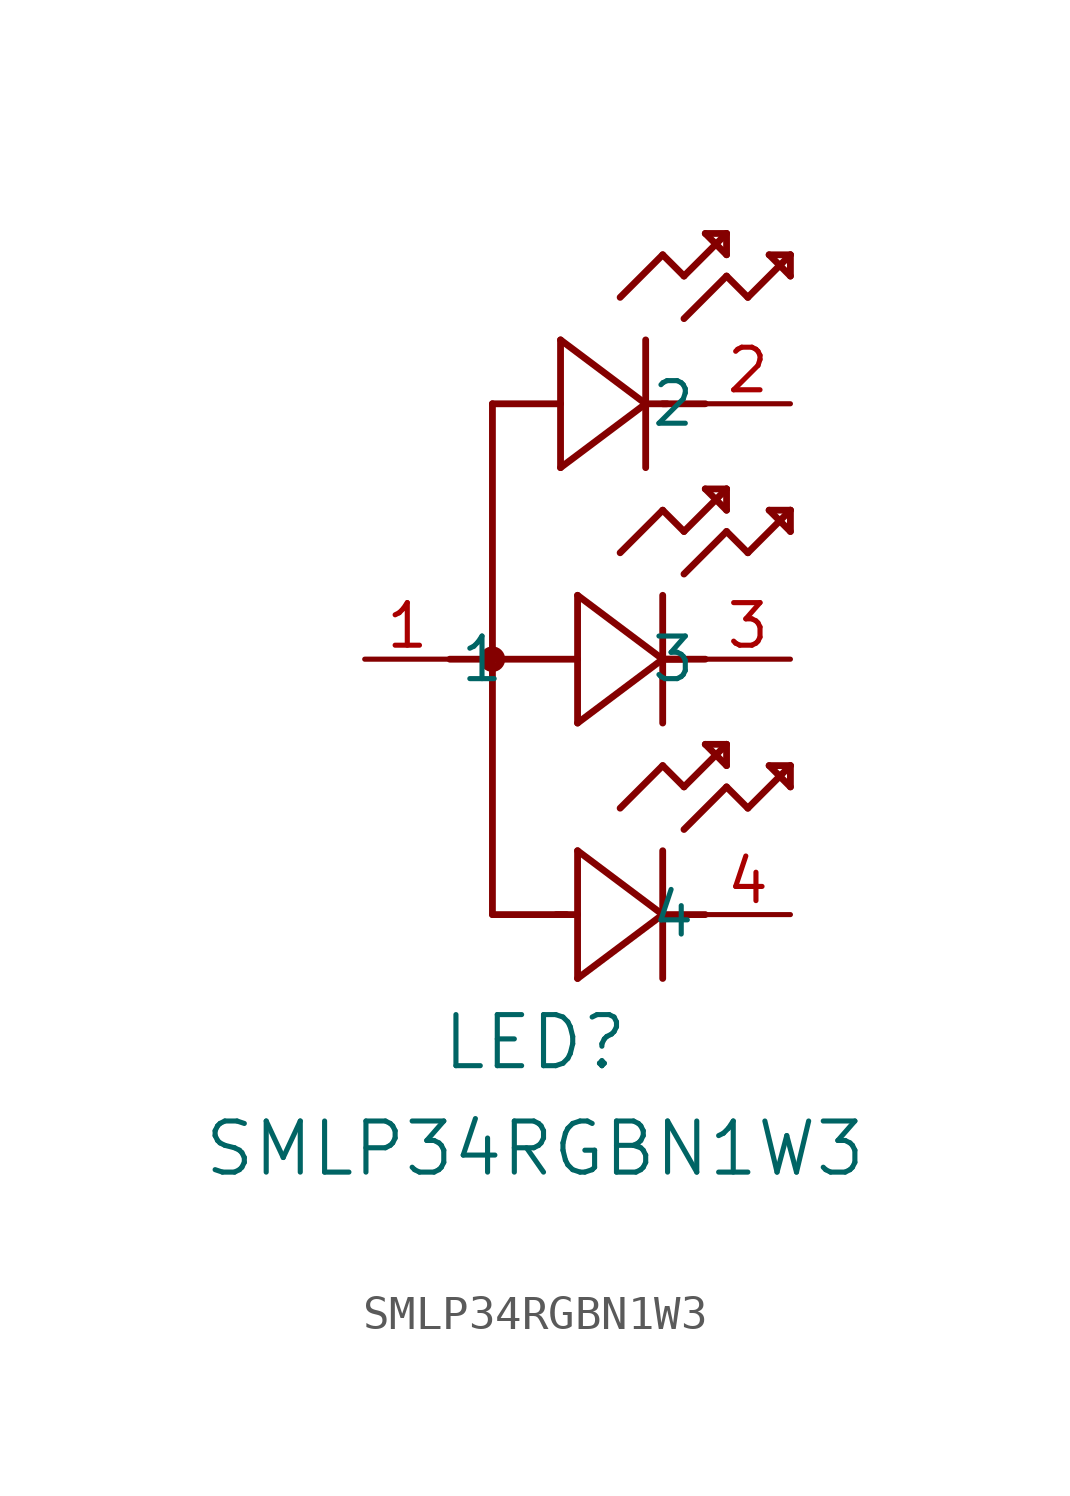
<source format=kicad_sym>
(kicad_symbol_lib
  (version 20211014)
  (generator kicad_symbol_editor)
  (symbol "SMLP34RGBN1W3"
    (pin_names
      (offset 0.254))
    (property "Reference" "LED"
      (at 5.08 -11.43 0)
      (effects (font (size 1.524 1.524))))
    (property "Value" "SMLP34RGBN1W3"
      (at 5.08 -14.605 0)
      (effects (font (size 1.524 1.524))))
    (symbol "SMLP34RGBN1W3_0_1"
      (polyline (pts (xy 3.81 7.62) (xy 5.842 7.62)) (stroke (width 0.203) (type default) (color 0 0 0 0)) (fill (type none)))
      (polyline (pts (xy 5.842 9.525) (xy 5.842 5.715)) (stroke (width 0.203) (type default) (color 0 0 0 0)) (fill (type none)))
      (polyline (pts (xy 9.017 7.62) (xy 8.382 7.62)) (stroke (width 0.203) (type default) (color 0 0 0 0)) (fill (type none)))
      (polyline (pts (xy 8.382 5.715) (xy 8.382 9.525)) (stroke (width 0.203) (type default) (color 0 0 0 0)) (fill (type none)))
      (polyline (pts (xy 8.89 7.62) (xy 10.16 7.62)) (stroke (width 0.203) (type default) (color 0 0 0 0)) (fill (type none)))
      (polyline (pts (xy 8.89 12.065) (xy 9.525 11.43)) (stroke (width 0.203) (type default) (color 0 0 0 0)) (fill (type none)))
      (polyline (pts (xy 9.525 11.43) (xy 10.795 12.7)) (stroke (width 0.203) (type default) (color 0 0 0 0)) (fill (type none)))
      (polyline (pts (xy 10.795 11.43) (xy 11.43 10.795)) (stroke (width 0.203) (type default) (color 0 0 0 0)) (fill (type none)))
      (polyline (pts (xy 11.43 10.795) (xy 12.7 12.065)) (stroke (width 0.203) (type default) (color 0 0 0 0)) (fill (type none)))
      (polyline (pts (xy 10.795 12.7) (xy 10.16 12.7)) (stroke (width 0.203) (type default) (color 0 0 0 0)) (fill (type none)))
      (polyline (pts (xy 10.16 12.7) (xy 10.795 12.065)) (stroke (width 0.203) (type default) (color 0 0 0 0)) (fill (type none)))
      (polyline (pts (xy 10.795 12.065) (xy 10.795 12.7)) (stroke (width 0.203) (type default) (color 0 0 0 0)) (fill (type none)))
      (polyline (pts (xy 12.7 12.065) (xy 12.065 12.065)) (stroke (width 0.203) (type default) (color 0 0 0 0)) (fill (type none)))
      (polyline (pts (xy 12.065 12.065) (xy 12.7 11.43)) (stroke (width 0.203) (type default) (color 0 0 0 0)) (fill (type none)))
      (polyline (pts (xy 12.7 11.43) (xy 12.7 12.065)) (stroke (width 0.203) (type default) (color 0 0 0 0)) (fill (type none)))
      (polyline (pts (xy 9.525 10.16) (xy 10.795 11.43)) (stroke (width 0.203) (type default) (color 0 0 0 0)) (fill (type none)))
      (polyline (pts (xy 8.382 7.62) (xy 5.842 9.525)) (stroke (width 0.203) (type default) (color 0 0 0 0)) (fill (type none)))
      (polyline (pts (xy 5.842 5.715) (xy 8.382 7.62)) (stroke (width 0.203) (type default) (color 0 0 0 0)) (fill (type none)))
      (polyline (pts (xy 7.62 10.795) (xy 8.89 12.065)) (stroke (width 0.203) (type default) (color 0 0 0 0)) (fill (type none)))
      (polyline (pts (xy 2.54 0) (xy 6.35 0)) (stroke (width 0.203) (type default) (color 0 0 0 0)) (fill (type none)))
      (polyline (pts (xy 6.35 1.905) (xy 6.35 -1.905)) (stroke (width 0.203) (type default) (color 0 0 0 0)) (fill (type none)))
      (polyline (pts (xy 9.525 0) (xy 8.89 0)) (stroke (width 0.203) (type default) (color 0 0 0 0)) (fill (type none)))
      (polyline (pts (xy 8.89 -1.905) (xy 8.89 1.905)) (stroke (width 0.203) (type default) (color 0 0 0 0)) (fill (type none)))
      (polyline (pts (xy 8.89 0) (xy 10.16 0)) (stroke (width 0.203) (type default) (color 0 0 0 0)) (fill (type none)))
      (polyline (pts (xy 8.89 4.445) (xy 9.525 3.81)) (stroke (width 0.203) (type default) (color 0 0 0 0)) (fill (type none)))
      (polyline (pts (xy 9.525 3.81) (xy 10.795 5.08)) (stroke (width 0.203) (type default) (color 0 0 0 0)) (fill (type none)))
      (polyline (pts (xy 10.795 3.81) (xy 11.43 3.175)) (stroke (width 0.203) (type default) (color 0 0 0 0)) (fill (type none)))
      (polyline (pts (xy 11.43 3.175) (xy 12.7 4.445)) (stroke (width 0.203) (type default) (color 0 0 0 0)) (fill (type none)))
      (polyline (pts (xy 10.795 5.08) (xy 10.16 5.08)) (stroke (width 0.203) (type default) (color 0 0 0 0)) (fill (type none)))
      (polyline (pts (xy 10.16 5.08) (xy 10.795 4.445)) (stroke (width 0.203) (type default) (color 0 0 0 0)) (fill (type none)))
      (polyline (pts (xy 10.795 4.445) (xy 10.795 5.08)) (stroke (width 0.203) (type default) (color 0 0 0 0)) (fill (type none)))
      (polyline (pts (xy 12.7 4.445) (xy 12.065 4.445)) (stroke (width 0.203) (type default) (color 0 0 0 0)) (fill (type none)))
      (polyline (pts (xy 12.065 4.445) (xy 12.7 3.81)) (stroke (width 0.203) (type default) (color 0 0 0 0)) (fill (type none)))
      (polyline (pts (xy 12.7 3.81) (xy 12.7 4.445)) (stroke (width 0.203) (type default) (color 0 0 0 0)) (fill (type none)))
      (polyline (pts (xy 9.525 2.54) (xy 10.795 3.81)) (stroke (width 0.203) (type default) (color 0 0 0 0)) (fill (type none)))
      (polyline (pts (xy 8.89 0) (xy 6.35 1.905)) (stroke (width 0.203) (type default) (color 0 0 0 0)) (fill (type none)))
      (polyline (pts (xy 6.35 -1.905) (xy 8.89 0)) (stroke (width 0.203) (type default) (color 0 0 0 0)) (fill (type none)))
      (polyline (pts (xy 7.62 3.175) (xy 8.89 4.445)) (stroke (width 0.203) (type default) (color 0 0 0 0)) (fill (type none)))
      (polyline (pts (xy 3.81 -7.62) (xy 6.02 -7.62)) (stroke (width 0.203) (type default) (color 0 0 0 0)) (fill (type none)))
      (polyline (pts (xy 6.35 -5.715) (xy 6.35 -9.525)) (stroke (width 0.203) (type default) (color 0 0 0 0)) (fill (type none)))
      (polyline (pts (xy 5.715 -7.62) (xy 6.35 -7.62)) (stroke (width 0.203) (type default) (color 0 0 0 0)) (fill (type none)))
      (polyline (pts (xy 8.89 -9.525) (xy 8.89 -5.715)) (stroke (width 0.203) (type default) (color 0 0 0 0)) (fill (type none)))
      (polyline (pts (xy 8.89 -7.62) (xy 10.16 -7.62)) (stroke (width 0.203) (type default) (color 0 0 0 0)) (fill (type none)))
      (polyline (pts (xy 8.89 -3.175) (xy 9.525 -3.81)) (stroke (width 0.203) (type default) (color 0 0 0 0)) (fill (type none)))
      (polyline (pts (xy 9.525 -3.81) (xy 10.795 -2.54)) (stroke (width 0.203) (type default) (color 0 0 0 0)) (fill (type none)))
      (polyline (pts (xy 10.795 -3.81) (xy 11.43 -4.445)) (stroke (width 0.203) (type default) (color 0 0 0 0)) (fill (type none)))
      (polyline (pts (xy 11.43 -4.445) (xy 12.7 -3.175)) (stroke (width 0.203) (type default) (color 0 0 0 0)) (fill (type none)))
      (polyline (pts (xy 10.795 -2.54) (xy 10.16 -2.54)) (stroke (width 0.203) (type default) (color 0 0 0 0)) (fill (type none)))
      (polyline (pts (xy 10.16 -2.54) (xy 10.795 -3.175)) (stroke (width 0.203) (type default) (color 0 0 0 0)) (fill (type none)))
      (polyline (pts (xy 10.795 -3.175) (xy 10.795 -2.54)) (stroke (width 0.203) (type default) (color 0 0 0 0)) (fill (type none)))
      (polyline (pts (xy 12.7 -3.175) (xy 12.065 -3.175)) (stroke (width 0.203) (type default) (color 0 0 0 0)) (fill (type none)))
      (polyline (pts (xy 12.065 -3.175) (xy 12.7 -3.81)) (stroke (width 0.203) (type default) (color 0 0 0 0)) (fill (type none)))
      (polyline (pts (xy 12.7 -3.81) (xy 12.7 -3.175)) (stroke (width 0.203) (type default) (color 0 0 0 0)) (fill (type none)))
      (polyline (pts (xy 9.525 -5.08) (xy 10.795 -3.81)) (stroke (width 0.203) (type default) (color 0 0 0 0)) (fill (type none)))
      (polyline (pts (xy 8.89 -7.62) (xy 6.35 -5.715)) (stroke (width 0.203) (type default) (color 0 0 0 0)) (fill (type none)))
      (polyline (pts (xy 6.35 -9.525) (xy 8.89 -7.62)) (stroke (width 0.203) (type default) (color 0 0 0 0)) (fill (type none)))
      (polyline (pts (xy 7.62 -4.445) (xy 8.89 -3.175)) (stroke (width 0.203) (type default) (color 0 0 0 0)) (fill (type none)))
      (polyline (pts (xy 3.81 7.62) (xy 3.81 -7.62)) (stroke (width 0.203) (type default) (color 0 0 0 0)) (fill (type none)))
      (circle (center 3.81 0) (radius 0.254) (stroke (width 0.254) (type default) (color 0 0 0 0)) (fill (type none)))
      (pin unspecified line (at 0 0 0) (length 2.54) (name "1" (effects (font (size 1.27 1.27)))) (number "1" (effects (font (size 1.27 1.27)))))
      (pin unspecified line (at 12.7 7.62 180) (length 2.54) (name "2" (effects (font (size 1.27 1.27)))) (number "2" (effects (font (size 1.27 1.27)))))
      (pin unspecified line (at 12.7 0 180) (length 2.54) (name "3" (effects (font (size 1.27 1.27)))) (number "3" (effects (font (size 1.27 1.27)))))
      (pin unspecified line (at 12.7 -7.62 180) (length 2.54) (name "4" (effects (font (size 1.27 1.27)))) (number "4" (effects (font (size 1.27 1.27))))))))
</source>
